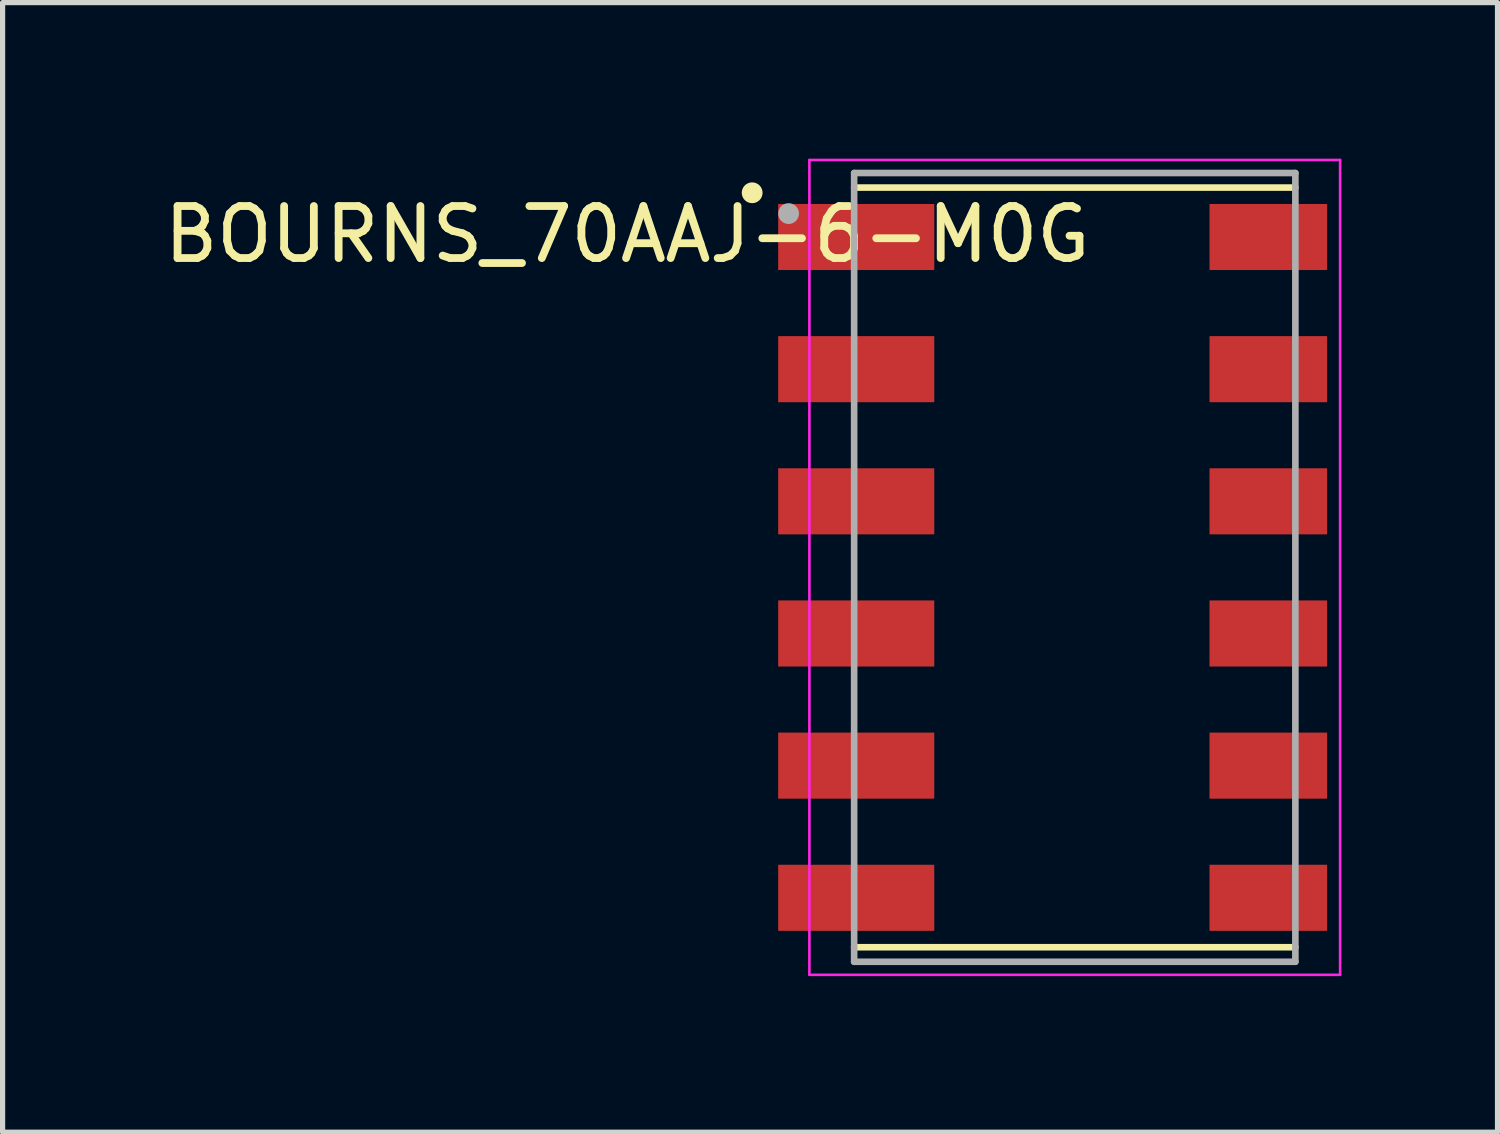
<source format=kicad_pcb>
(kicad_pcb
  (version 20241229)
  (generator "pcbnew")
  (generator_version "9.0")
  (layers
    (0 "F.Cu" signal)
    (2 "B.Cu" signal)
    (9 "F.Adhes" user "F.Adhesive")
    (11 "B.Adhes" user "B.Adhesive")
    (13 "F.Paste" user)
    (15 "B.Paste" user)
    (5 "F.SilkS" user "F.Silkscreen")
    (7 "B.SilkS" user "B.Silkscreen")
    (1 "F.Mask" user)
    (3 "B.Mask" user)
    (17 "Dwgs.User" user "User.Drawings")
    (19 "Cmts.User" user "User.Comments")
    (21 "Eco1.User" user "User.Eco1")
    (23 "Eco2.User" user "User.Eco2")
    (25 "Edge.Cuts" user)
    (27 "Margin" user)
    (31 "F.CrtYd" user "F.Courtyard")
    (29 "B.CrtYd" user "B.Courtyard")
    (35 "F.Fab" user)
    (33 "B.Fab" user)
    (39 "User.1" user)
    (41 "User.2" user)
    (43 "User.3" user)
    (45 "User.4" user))
  (footprint "BOURNS_70AAJ-6-M0G"
    (layer "F.Cu")
    (at 17.606 7.855)
    (property "Reference" "BOURNS_70AAJ-6-M0G" (at -8.6 -6.4 0) (layer "F.SilkS") (effects (font (size 1 1) (thickness 0.15))))
    (attr smd)
    (fp_line (start 4.24 -7.3) (end -4.24 -7.3) (stroke (width 0.127) (type solid)) (layer "F.SilkS"))
    (fp_line (start 4.24 7.3) (end -4.24 7.3) (stroke (width 0.127) (type solid)) (layer "F.SilkS"))
    (fp_circle (center -6.2 -7.2) (end -6.1 -7.2) (stroke (width 0.2) (type solid)) (fill no) (layer "F.SilkS"))
    (fp_line (start -5.1 -7.83) (end 5.1 -7.83) (stroke (width 0.05) (type solid)) (layer "F.CrtYd"))
    (fp_line (start -5.1 7.83) (end -5.1 -7.83) (stroke (width 0.05) (type solid)) (layer "F.CrtYd"))
    (fp_line (start 5.1 -7.83) (end 5.1 7.83) (stroke (width 0.05) (type solid)) (layer "F.CrtYd"))
    (fp_line (start 5.1 7.83) (end -5.1 7.83) (stroke (width 0.05) (type solid)) (layer "F.CrtYd"))
    (fp_line (start -4.24 -7.58) (end 4.24 -7.58) (stroke (width 0.127) (type solid)) (layer "F.Fab"))
    (fp_line (start -4.24 7.58) (end -4.24 -7.58) (stroke (width 0.127) (type solid)) (layer "F.Fab"))
    (fp_line (start 4.24 -7.58) (end 4.24 7.58) (stroke (width 0.127) (type solid)) (layer "F.Fab"))
    (fp_line (start 4.24 7.58) (end -4.24 7.58) (stroke (width 0.127) (type solid)) (layer "F.Fab"))
    (fp_circle (center -5.5 -6.8) (end -5.4 -6.8) (stroke (width 0.2) (type solid)) (fill no) (layer "F.Fab"))
    (pad "1" smd rect (at -4.2 -6.35) (size 3 1.27) (layers "F.Cu" "F.Mask" "F.Paste"))
    (pad "2" smd rect (at -4.2 -3.81) (size 3 1.27) (layers "F.Cu" "F.Mask" "F.Paste"))
    (pad "3" smd rect (at -4.2 -1.27) (size 3 1.27) (layers "F.Cu" "F.Mask" "F.Paste"))
    (pad "4" smd rect (at -4.2 1.27) (size 3 1.27) (layers "F.Cu" "F.Mask" "F.Paste"))
    (pad "5" smd rect (at -4.2 3.81) (size 3 1.27) (layers "F.Cu" "F.Mask" "F.Paste"))
    (pad "6" smd rect (at -4.2 6.35) (size 3 1.27) (layers "F.Cu" "F.Mask" "F.Paste"))
    (pad "7" smd rect (at 3.72 6.35) (size 2.26 1.27) (layers "F.Cu" "F.Mask" "F.Paste"))
    (pad "8" smd rect (at 3.72 3.81) (size 2.26 1.27) (layers "F.Cu" "F.Mask" "F.Paste"))
    (pad "9" smd rect (at 3.72 1.27) (size 2.26 1.27) (layers "F.Cu" "F.Mask" "F.Paste"))
    (pad "10" smd rect (at 3.72 -1.27) (size 2.26 1.27) (layers "F.Cu" "F.Mask" "F.Paste"))
    (pad "11" smd rect (at 3.72 -3.81) (size 2.26 1.27) (layers "F.Cu" "F.Mask" "F.Paste"))
    (pad "12" smd rect (at 3.72 -6.35) (size 2.26 1.27) (layers "F.Cu" "F.Mask" "F.Paste")))
  (gr_rect
    (start -3 -3)
    (end 25.731 18.71)
    (stroke (width 0.1) (type default))
    (fill no)
    (layer "Edge.Cuts")))
</source>
